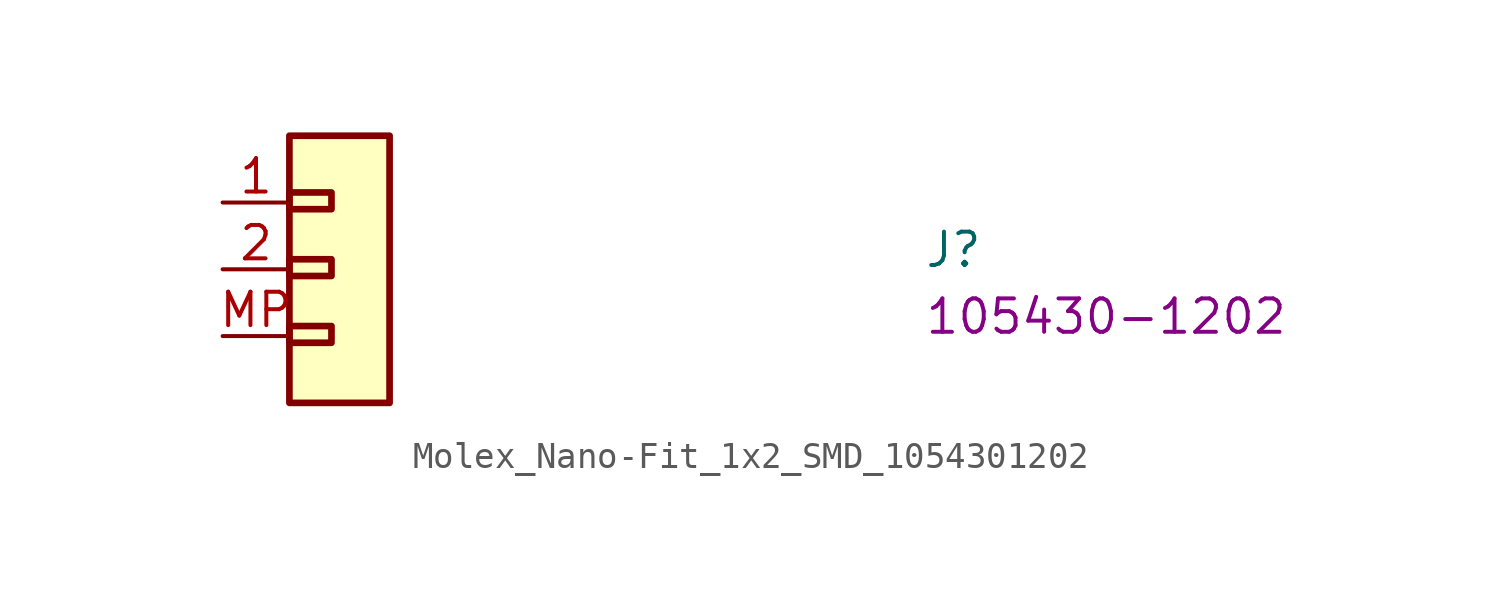
<source format=kicad_sym>
(kicad_symbol_lib
  (version 20220914)
  (generator kicad_symbol_editor)
  (symbol "Molex_Nano-Fit_1x2_SMD_1054301202"
    (property "Reference" "J"
      (at 26.67 -2.54 0)
      (effects (font (size 1.27 1.27) (thickness 0.15)) (justify left bottom)))
    (property "MPN" "105430-1202"
      (at 26.67 -5.08 0)
      (effects (font (size 1.27 1.27) (thickness 0.15)) (justify left bottom)))
    (symbol "Molex_Nano-Fit_1x2_SMD_1054301202_1_1"
      (rectangle (start 2.54 -5.334) (end 4.14 -4.699) (stroke (width 0.254) (type default)) (fill (type background)))
      (rectangle (start 2.54 -2.794) (end 4.14 -2.159) (stroke (width 0.254) (type default)) (fill (type background)))
      (rectangle (start 2.54 -0.254) (end 4.14 0.381) (stroke (width 0.254) (type default)) (fill (type background)))
      (rectangle (start 2.54 2.54) (end 6.35 -7.62) (stroke (width 0.254) (type default)) (fill (type background)))
      (pin passive line (at 0 0 0) (length 2.54) (name "~" (effects (font (size 1.27 1.27)))) (number "1" (effects (font (size 1.27 1.27)))))
      (pin passive line (at 0 -2.54 0) (length 2.54) (name "~" (effects (font (size 1.27 1.27)))) (number "2" (effects (font (size 1.27 1.27)))))
      (pin passive line (at 0 -5.08 0) (length 2.54) (name "~" (effects (font (size 1.27 1.27)))) (number "MP" (effects (font (size 1.27 1.27))))))))
</source>
